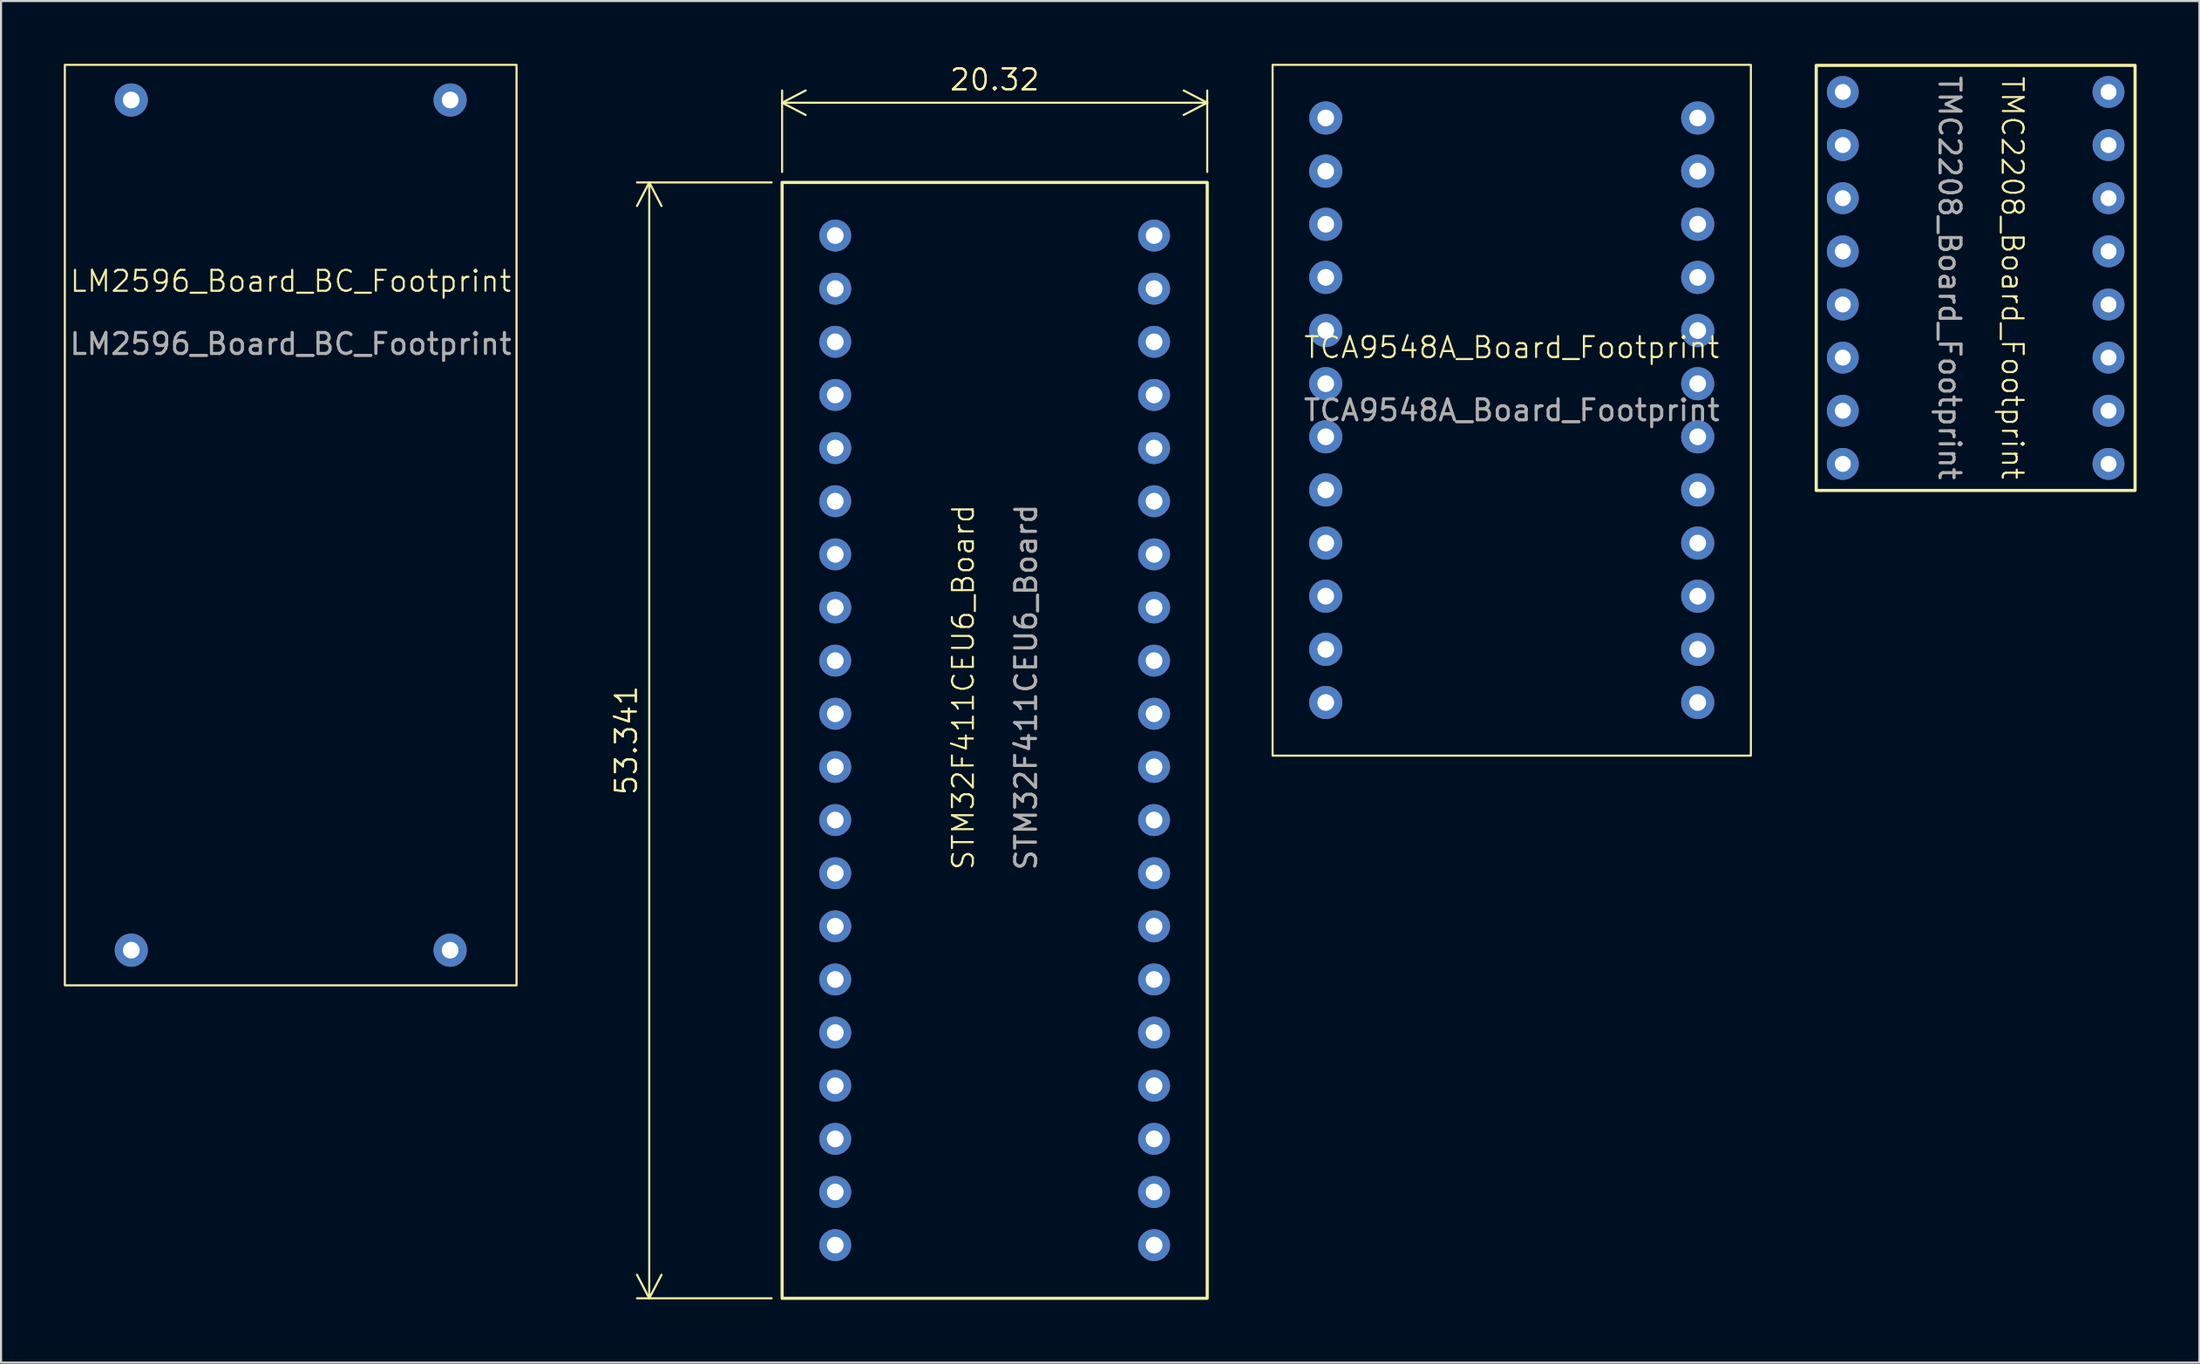
<source format=kicad_pcb>
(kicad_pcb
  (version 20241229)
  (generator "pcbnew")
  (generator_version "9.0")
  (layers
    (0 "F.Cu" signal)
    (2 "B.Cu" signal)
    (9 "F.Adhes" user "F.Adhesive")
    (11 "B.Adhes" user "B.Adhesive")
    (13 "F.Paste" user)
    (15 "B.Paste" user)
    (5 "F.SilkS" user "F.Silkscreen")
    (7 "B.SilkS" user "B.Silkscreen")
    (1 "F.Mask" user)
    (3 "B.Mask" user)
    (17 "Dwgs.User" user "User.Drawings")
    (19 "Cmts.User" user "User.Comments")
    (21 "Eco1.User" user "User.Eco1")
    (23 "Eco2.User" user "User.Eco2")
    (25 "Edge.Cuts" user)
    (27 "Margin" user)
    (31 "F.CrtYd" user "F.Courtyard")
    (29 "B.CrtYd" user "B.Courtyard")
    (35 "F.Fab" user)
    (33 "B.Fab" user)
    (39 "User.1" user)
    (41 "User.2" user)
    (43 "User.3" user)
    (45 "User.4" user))
  (footprint "LM2596_Board_BC_Footprint"
    (layer "F.Cu")
    (at 10.845 22.05)
    (property "Reference" "LM2596_Board_BC_Footprint" (at 0 -11.66 0) (unlocked yes) (layer "F.SilkS") (effects (font (size 1 1) (thickness 0.1))))
    (attr through_hole)
    (fp_rect (start -10.795 -22) (end 10.795 22) (stroke (width 0.1) (type solid)) (fill no) (layer "F.SilkS"))
    (fp_text user "${REFERENCE}" (at 0 -8.66 0) (unlocked yes) (layer "F.Fab") (effects (font (size 1 1) (thickness 0.15))))
    (pad "1" thru_hole circle (at 7.62 -20.32) (size 1.584 1.584) (drill 0.8) (layers "*.Cu" "*.Mask"))
    (pad "2" thru_hole circle (at -7.62 -20.32) (size 1.584 1.584) (drill 0.8) (layers "*.Cu" "*.Mask"))
    (pad "3" thru_hole circle (at 7.62 20.32) (size 1.584 1.584) (drill 0.8) (layers "*.Cu" "*.Mask"))
    (pad "4" thru_hole circle (at -7.62 20.32) (size 1.584 1.584) (drill 0.8) (layers "*.Cu" "*.Mask")))
  (footprint "TCA9548A_Board_Footprint"
    (layer "F.Cu")
    (at 69.208 16.56)
    (property "Reference" "TCA9548A_Board_Footprint" (at 0 -3 0) (unlocked yes) (layer "F.SilkS") (effects (font (size 1 1) (thickness 0.1))))
    (attr through_hole)
    (fp_rect (start -11.43 -16.51) (end 11.43 16.51) (stroke (width 0.1) (type default)) (fill no) (layer "F.SilkS"))
    (fp_text user "${REFERENCE}" (at 0 0 0) (unlocked yes) (layer "F.Fab") (effects (font (size 1 1) (thickness 0.15))))
    (pad "1" thru_hole circle (at -8.89 -13.97) (size 1.584 1.584) (drill 0.8) (layers "*.Cu" "*.Mask"))
    (pad "2" thru_hole circle (at -8.89 -11.43) (size 1.584 1.584) (drill 0.8) (layers "*.Cu" "*.Mask"))
    (pad "3" thru_hole circle (at -8.89 -8.89) (size 1.584 1.584) (drill 0.8) (layers "*.Cu" "*.Mask"))
    (pad "4" thru_hole circle (at -8.89 -6.35) (size 1.584 1.584) (drill 0.8) (layers "*.Cu" "*.Mask"))
    (pad "5" thru_hole circle (at -8.89 -3.81) (size 1.584 1.584) (drill 0.8) (layers "*.Cu" "*.Mask"))
    (pad "6" thru_hole circle (at -8.89 -1.27) (size 1.584 1.584) (drill 0.8) (layers "*.Cu" "*.Mask"))
    (pad "7" thru_hole circle (at -8.89 1.27) (size 1.584 1.584) (drill 0.8) (layers "*.Cu" "*.Mask"))
    (pad "8" thru_hole circle (at -8.89 3.81) (size 1.584 1.584) (drill 0.8) (layers "*.Cu" "*.Mask"))
    (pad "9" thru_hole circle (at -8.89 6.35) (size 1.584 1.584) (drill 0.8) (layers "*.Cu" "*.Mask"))
    (pad "10" thru_hole circle (at -8.89 8.89) (size 1.584 1.584) (drill 0.8) (layers "*.Cu" "*.Mask"))
    (pad "11" thru_hole circle (at -8.89 11.43) (size 1.584 1.584) (drill 0.8) (layers "*.Cu" "*.Mask"))
    (pad "12" thru_hole circle (at -8.89 13.97) (size 1.584 1.584) (drill 0.8) (layers "*.Cu" "*.Mask"))
    (pad "13" thru_hole circle (at 8.89 -13.97) (size 1.584 1.584) (drill 0.8) (layers "*.Cu" "*.Mask"))
    (pad "14" thru_hole circle (at 8.89 -11.43) (size 1.584 1.584) (drill 0.8) (layers "*.Cu" "*.Mask"))
    (pad "15" thru_hole circle (at 8.89 -8.89) (size 1.584 1.584) (drill 0.8) (layers "*.Cu" "*.Mask"))
    (pad "16" thru_hole circle (at 8.89 -6.35) (size 1.584 1.584) (drill 0.8) (layers "*.Cu" "*.Mask"))
    (pad "17" thru_hole circle (at 8.89 -3.81) (size 1.584 1.584) (drill 0.8) (layers "*.Cu" "*.Mask"))
    (pad "18" thru_hole circle (at 8.89 -1.27) (size 1.584 1.584) (drill 0.8) (layers "*.Cu" "*.Mask"))
    (pad "19" thru_hole circle (at 8.89 1.27) (size 1.584 1.584) (drill 0.8) (layers "*.Cu" "*.Mask"))
    (pad "20" thru_hole circle (at 8.89 3.81) (size 1.584 1.584) (drill 0.8) (layers "*.Cu" "*.Mask"))
    (pad "21" thru_hole circle (at 8.89 6.35) (size 1.584 1.584) (drill 0.8) (layers "*.Cu" "*.Mask"))
    (pad "22" thru_hole circle (at 8.89 8.89) (size 1.584 1.584) (drill 0.8) (layers "*.Cu" "*.Mask"))
    (pad "23" thru_hole circle (at 8.89 11.43) (size 1.584 1.584) (drill 0.8) (layers "*.Cu" "*.Mask"))
    (pad "24" thru_hole circle (at 8.89 13.97) (size 1.584 1.584) (drill 0.8) (layers "*.Cu" "*.Mask")))
  (footprint "TMC2208_Board_Footprint"
    (layer "F.Cu")
    (at 91.383 10.235)
    (property "Reference" "TMC2208_Board_Footprint" (at 1.754 0 270) (unlocked yes) (layer "F.SilkS") (effects (font (size 1 1) (thickness 0.1))))
    (attr through_hole)
    (fp_rect (start -7.62 -10.16) (end 7.62 10.16) (stroke (width 0.15) (type default)) (fill no) (layer "F.SilkS"))
    (fp_text user "${REFERENCE}" (at -1.246 0 270) (unlocked yes) (layer "F.Fab") (effects (font (size 1 1) (thickness 0.15))))
    (pad "1" thru_hole circle (at -6.35 -8.89) (size 1.524 1.524) (drill 0.762) (layers "*.Cu" "*.Mask"))
    (pad "2" thru_hole circle (at -6.35 -6.35) (size 1.524 1.524) (drill 0.762) (layers "*.Cu" "*.Mask"))
    (pad "3" thru_hole circle (at -6.35 -3.81) (size 1.524 1.524) (drill 0.762) (layers "*.Cu" "*.Mask"))
    (pad "4" thru_hole circle (at -6.35 -1.27) (size 1.524 1.524) (drill 0.762) (layers "*.Cu" "*.Mask"))
    (pad "5" thru_hole circle (at -6.35 1.27) (size 1.524 1.524) (drill 0.762) (layers "*.Cu" "*.Mask"))
    (pad "6" thru_hole circle (at -6.35 3.81) (size 1.524 1.524) (drill 0.762) (layers "*.Cu" "*.Mask"))
    (pad "7" thru_hole circle (at -6.35 6.35) (size 1.524 1.524) (drill 0.762) (layers "*.Cu" "*.Mask"))
    (pad "8" thru_hole circle (at -6.35 8.89) (size 1.524 1.524) (drill 0.762) (layers "*.Cu" "*.Mask"))
    (pad "9" thru_hole circle (at 6.35 8.89) (size 1.524 1.524) (drill 0.762) (layers "*.Cu" "*.Mask"))
    (pad "10" thru_hole circle (at 6.35 6.35) (size 1.524 1.524) (drill 0.762) (layers "*.Cu" "*.Mask"))
    (pad "11" thru_hole circle (at 6.35 3.81) (size 1.524 1.524) (drill 0.762) (layers "*.Cu" "*.Mask"))
    (pad "12" thru_hole circle (at 6.35 1.27) (size 1.524 1.524) (drill 0.762) (layers "*.Cu" "*.Mask"))
    (pad "13" thru_hole circle (at 6.35 -1.27) (size 1.524 1.524) (drill 0.762) (layers "*.Cu" "*.Mask"))
    (pad "14" thru_hole circle (at 6.35 -3.81) (size 1.524 1.524) (drill 0.762) (layers "*.Cu" "*.Mask"))
    (pad "15" thru_hole circle (at 6.35 -6.35) (size 1.524 1.524) (drill 0.762) (layers "*.Cu" "*.Mask"))
    (pad "16" thru_hole circle (at 6.35 -8.89) (size 1.524 1.524) (drill 0.762) (layers "*.Cu" "*.Mask")))
  (footprint "STM32F411CEU6_Board"
    (layer "F.Cu")
    (at 44.493 32.34)
    (property "Reference" "STM32F411CEU6_Board" (at -1.5 -2.54 90) (unlocked yes) (layer "F.SilkS") (effects (font (size 1 1) (thickness 0.1))))
    (attr through_hole)
    (fp_rect (start -10.16 -26.67) (end 10.16 26.67) (stroke (width 0.15) (type solid)) (fill no) (layer "F.SilkS"))
    (fp_text user "${REFERENCE}" (at 1.5 -2.54 90) (unlocked yes) (layer "F.Fab") (effects (font (size 1 1) (thickness 0.15))))
    (dimension (type orthogonal) (layer "F.SilkS") (pts (xy 34.333 5.67) (xy 34.333 59.011)) (height -6.35) (orientation 1) (format (prefix "") (suffix "") (units 3) (units_format 0) (precision 4) (suppress_zeroes yes)) (style (thickness 0.1) (arrow_length 1.27) (text_position_mode 0) (arrow_direction outward) (extension_height 0.586) (extension_offset 0.5) (keep_text_aligned yes)) (gr_text "53.34" (at 26.883 32.34 90) (layer "F.SilkS") (effects (font (size 1 1) (thickness 0.1)))))
    (dimension (type orthogonal) (layer "F.SilkS") (pts (xy 34.333 5.67) (xy 54.653 5.67)) (height -3.81) (orientation 0) (format (prefix "") (suffix "") (units 3) (units_format 0) (precision 4) (suppress_zeroes yes)) (style (thickness 0.1) (arrow_length 1.27) (text_position_mode 0) (arrow_direction outward) (extension_height 0.586) (extension_offset 0.5) (keep_text_aligned yes)) (gr_text "20.32" (at 44.493 0.76 0) (layer "F.SilkS") (effects (font (size 1 1) (thickness 0.1)))))
    (pad "1" thru_hole circle (at -7.62 -24.13) (size 1.524 1.524) (drill 0.8) (layers "*.Cu" "*.Mask" "B.Adhes"))
    (pad "2" thru_hole circle (at -7.62 -21.59) (size 1.524 1.524) (drill 0.8) (layers "*.Cu" "*.Mask" "B.Adhes"))
    (pad "3" thru_hole circle (at -7.62 -19.05) (size 1.524 1.524) (drill 0.8) (layers "*.Cu" "*.Mask" "B.Adhes"))
    (pad "4" thru_hole circle (at -7.62 -16.51) (size 1.524 1.524) (drill 0.8) (layers "*.Cu" "*.Mask" "B.Adhes"))
    (pad "5" thru_hole circle (at -7.62 -13.97) (size 1.524 1.524) (drill 0.8) (layers "*.Cu" "*.Mask" "B.Adhes"))
    (pad "6" thru_hole circle (at -7.62 -11.43) (size 1.524 1.524) (drill 0.8) (layers "*.Cu" "*.Mask" "B.Adhes"))
    (pad "7" thru_hole circle (at -7.62 -8.89) (size 1.524 1.524) (drill 0.8) (layers "*.Cu" "*.Mask" "B.Adhes"))
    (pad "8" thru_hole circle (at -7.62 -6.35) (size 1.524 1.524) (drill 0.8) (layers "*.Cu" "*.Mask" "B.Adhes"))
    (pad "9" thru_hole circle (at -7.62 -3.81) (size 1.524 1.524) (drill 0.8) (layers "*.Cu" "*.Mask" "B.Adhes"))
    (pad "10" thru_hole circle (at -7.62 -1.27) (size 1.524 1.524) (drill 0.8) (layers "*.Cu" "*.Mask" "B.Adhes"))
    (pad "11" thru_hole circle (at -7.62 1.27) (size 1.524 1.524) (drill 0.8) (layers "*.Cu" "*.Mask" "B.Adhes"))
    (pad "12" thru_hole circle (at -7.62 3.81) (size 1.524 1.524) (drill 0.8) (layers "*.Cu" "*.Mask" "B.Adhes"))
    (pad "13" thru_hole circle (at -7.62 6.35) (size 1.524 1.524) (drill 0.8) (layers "*.Cu" "*.Mask" "B.Adhes"))
    (pad "14" thru_hole circle (at -7.62 8.89) (size 1.524 1.524) (drill 0.8) (layers "*.Cu" "*.Mask" "B.Adhes"))
    (pad "15" thru_hole circle (at -7.62 11.43) (size 1.524 1.524) (drill 0.8) (layers "*.Cu" "*.Mask" "B.Adhes"))
    (pad "16" thru_hole circle (at -7.62 13.97) (size 1.524 1.524) (drill 0.8) (layers "*.Cu" "*.Mask" "B.Adhes"))
    (pad "17" thru_hole circle (at -7.62 16.51) (size 1.524 1.524) (drill 0.8) (layers "*.Cu" "*.Mask" "B.Adhes"))
    (pad "18" thru_hole circle (at -7.62 19.05) (size 1.524 1.524) (drill 0.8) (layers "*.Cu" "*.Mask" "B.Adhes"))
    (pad "19" thru_hole circle (at -7.62 21.59) (size 1.524 1.524) (drill 0.8) (layers "*.Cu" "*.Mask" "B.Adhes"))
    (pad "20" thru_hole circle (at -7.62 24.13) (size 1.524 1.524) (drill 0.8) (layers "*.Cu" "*.Mask" "B.Adhes"))
    (pad "21" thru_hole circle (at 7.62 -24.13) (size 1.524 1.524) (drill 0.8) (layers "*.Cu" "*.Mask" "B.Adhes"))
    (pad "22" thru_hole circle (at 7.62 -21.59) (size 1.524 1.524) (drill 0.8) (layers "*.Cu" "*.Mask" "B.Adhes"))
    (pad "23" thru_hole circle (at 7.62 -19.05) (size 1.524 1.524) (drill 0.8) (layers "*.Cu" "*.Mask" "B.Adhes"))
    (pad "24" thru_hole circle (at 7.62 -16.51) (size 1.524 1.524) (drill 0.8) (layers "*.Cu" "*.Mask" "B.Adhes"))
    (pad "25" thru_hole circle (at 7.62 -13.97) (size 1.524 1.524) (drill 0.8) (layers "*.Cu" "*.Mask" "B.Adhes"))
    (pad "26" thru_hole circle (at 7.62 -11.43) (size 1.524 1.524) (drill 0.8) (layers "*.Cu" "*.Mask" "B.Adhes"))
    (pad "27" thru_hole circle (at 7.62 -8.89) (size 1.524 1.524) (drill 0.8) (layers "*.Cu" "*.Mask" "B.Adhes"))
    (pad "28" thru_hole circle (at 7.62 -6.35) (size 1.524 1.524) (drill 0.8) (layers "*.Cu" "*.Mask" "B.Adhes"))
    (pad "29" thru_hole circle (at 7.62 -3.81) (size 1.524 1.524) (drill 0.8) (layers "*.Cu" "*.Mask" "B.Adhes"))
    (pad "30" thru_hole circle (at 7.62 -1.27) (size 1.524 1.524) (drill 0.8) (layers "*.Cu" "*.Mask" "B.Adhes"))
    (pad "31" thru_hole circle (at 7.62 1.27) (size 1.524 1.524) (drill 0.8) (layers "*.Cu" "*.Mask" "B.Adhes"))
    (pad "32" thru_hole circle (at 7.62 3.81) (size 1.524 1.524) (drill 0.8) (layers "*.Cu" "*.Mask" "B.Adhes"))
    (pad "33" thru_hole circle (at 7.62 6.35) (size 1.524 1.524) (drill 0.8) (layers "*.Cu" "*.Mask" "B.Adhes"))
    (pad "34" thru_hole circle (at 7.62 8.89) (size 1.524 1.524) (drill 0.8) (layers "*.Cu" "*.Mask" "B.Adhes"))
    (pad "35" thru_hole circle (at 7.62 11.43) (size 1.524 1.524) (drill 0.8) (layers "*.Cu" "*.Mask" "B.Adhes"))
    (pad "36" thru_hole circle (at 7.62 13.97) (size 1.524 1.524) (drill 0.8) (layers "*.Cu" "*.Mask" "B.Adhes"))
    (pad "37" thru_hole circle (at 7.62 16.51) (size 1.524 1.524) (drill 0.8) (layers "*.Cu" "*.Mask" "B.Adhes"))
    (pad "38" thru_hole circle (at 7.62 19.05) (size 1.524 1.524) (drill 0.8) (layers "*.Cu" "*.Mask" "B.Adhes"))
    (pad "39" thru_hole circle (at 7.62 21.59) (size 1.524 1.524) (drill 0.8) (layers "*.Cu" "*.Mask" "B.Adhes"))
    (pad "40" thru_hole circle (at 7.62 24.13) (size 1.524 1.524) (drill 0.8) (layers "*.Cu" "*.Mask" "B.Adhes")))
  (gr_rect
    (start -3 -3)
    (end 102.078 62.086)
    (stroke (width 0.1) (type default))
    (fill no)
    (layer "Edge.Cuts")))
</source>
